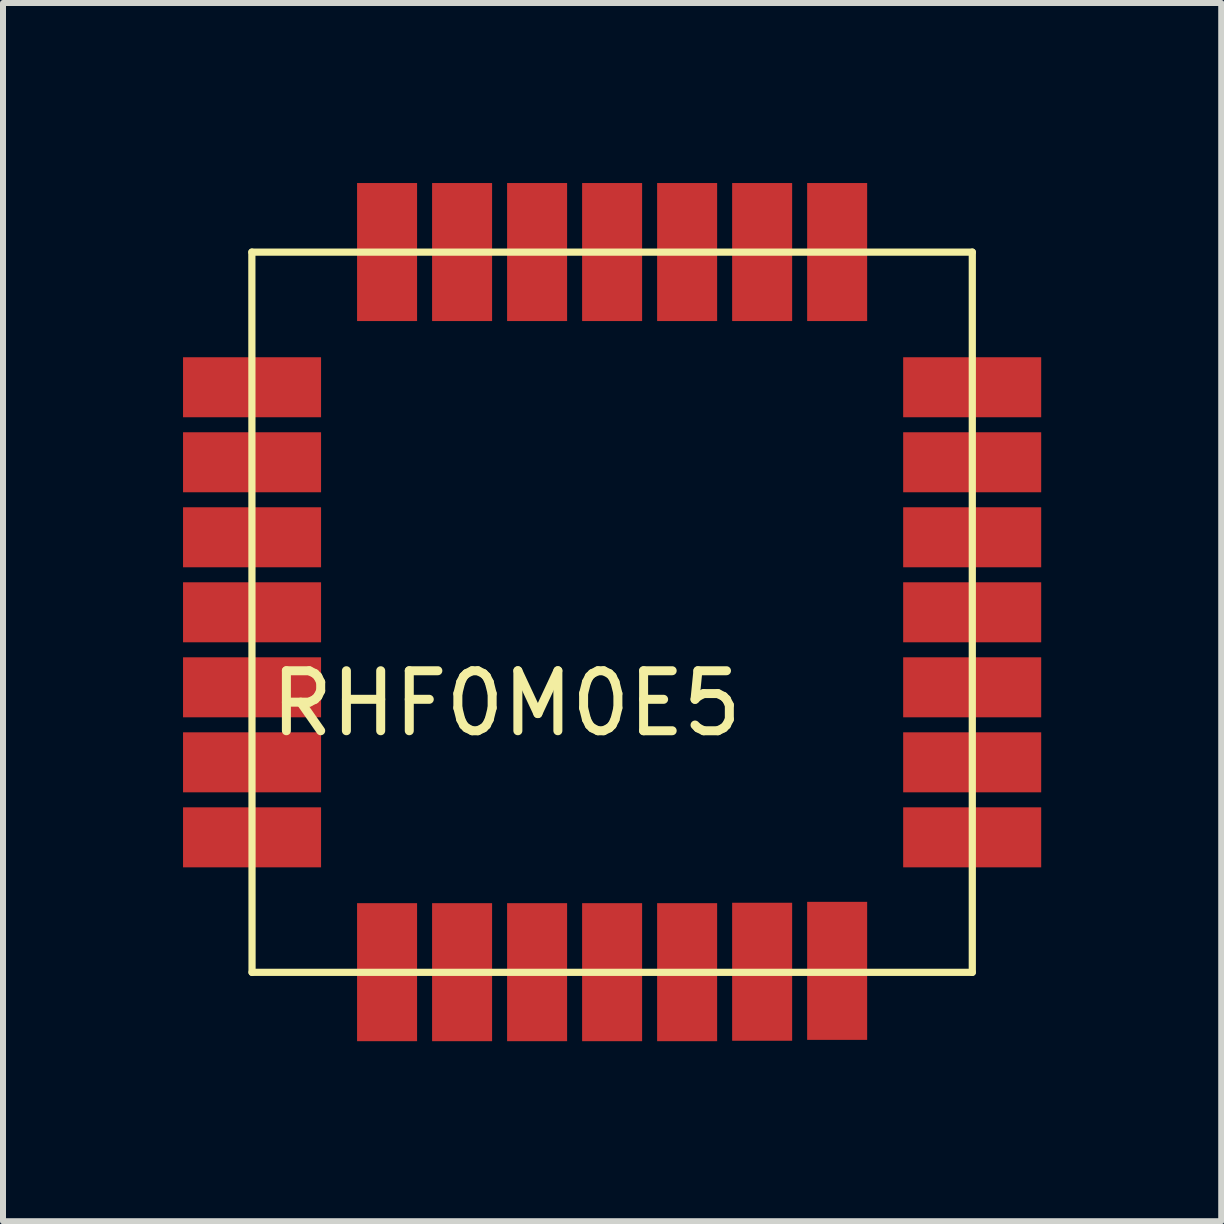
<source format=kicad_pcb>
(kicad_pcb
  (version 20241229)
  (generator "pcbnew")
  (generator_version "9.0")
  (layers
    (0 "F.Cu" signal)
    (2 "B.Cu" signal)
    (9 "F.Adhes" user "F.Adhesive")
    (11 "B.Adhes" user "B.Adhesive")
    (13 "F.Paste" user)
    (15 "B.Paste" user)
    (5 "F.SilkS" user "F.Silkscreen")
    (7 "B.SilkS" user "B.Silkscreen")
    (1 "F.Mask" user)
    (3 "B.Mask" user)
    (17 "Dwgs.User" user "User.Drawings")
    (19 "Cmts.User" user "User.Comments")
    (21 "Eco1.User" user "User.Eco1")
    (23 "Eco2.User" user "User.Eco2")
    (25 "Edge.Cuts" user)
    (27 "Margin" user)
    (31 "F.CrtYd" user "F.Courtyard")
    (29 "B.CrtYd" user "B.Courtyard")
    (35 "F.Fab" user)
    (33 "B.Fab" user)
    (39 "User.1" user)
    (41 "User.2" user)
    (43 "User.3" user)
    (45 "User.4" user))
  (footprint "RHF0M0E5"
    (layer "F.Cu")
    (at 1.15 13.153)
    (property "Reference" "RHF0M0E5" (at 4.239 -4.481 0) (layer "F.SilkS") (effects (font (size 1 1) (thickness 0.15))))
    (attr smd)
    (fp_line (start -0.003 -12.002) (end 12.002 -12.002) (stroke (width 0.12) (type solid)) (layer "F.SilkS"))
    (fp_line (start 0 0) (end -0.003 -12.002) (stroke (width 0.12) (type solid)) (layer "F.SilkS"))
    (fp_line (start 0 0) (end 12.002 0) (stroke (width 0.12) (type solid)) (layer "F.SilkS"))
    (fp_line (start 12.002 0) (end 12.002 -12.002) (stroke (width 0.12) (type solid)) (layer "F.SilkS"))
    (pad "1" smd rect (at 0 -9.75 90) (size 1 2.3) (layers "F.Cu" "F.Mask" "F.Paste"))
    (pad "2" smd rect (at 0 -8.5 90) (size 1 2.3) (layers "F.Cu" "F.Mask" "F.Paste"))
    (pad "3" smd rect (at 0 -7.25 90) (size 1 2.3) (layers "F.Cu" "F.Mask" "F.Paste"))
    (pad "4" smd rect (at 0 -6 90) (size 1 2.3) (layers "F.Cu" "F.Mask" "F.Paste"))
    (pad "5" smd rect (at 0 -4.75 90) (size 1 2.3) (layers "F.Cu" "F.Mask" "F.Paste"))
    (pad "6" smd rect (at 0 -3.5 90) (size 1 2.3) (layers "F.Cu" "F.Mask" "F.Paste"))
    (pad "7" smd rect (at 0 -2.25 90) (size 1 2.3) (layers "F.Cu" "F.Mask" "F.Paste"))
    (pad "8" smd rect (at 2.25 -0.003) (size 1 2.3) (layers "F.Cu" "F.Mask" "F.Paste"))
    (pad "9" smd rect (at 3.5 -0.003) (size 1 2.3) (layers "F.Cu" "F.Mask" "F.Paste"))
    (pad "10" smd rect (at 4.75 -0.003) (size 1 2.3) (layers "F.Cu" "F.Mask" "F.Paste"))
    (pad "11" smd rect (at 6 -0.003) (size 1 2.3) (layers "F.Cu" "F.Mask" "F.Paste"))
    (pad "12" smd rect (at 7.25 -0.003) (size 1 2.3) (layers "F.Cu" "F.Mask" "F.Paste"))
    (pad "13" smd rect (at 8.5 -0.01) (size 1 2.3) (layers "F.Cu" "F.Mask" "F.Paste"))
    (pad "14" smd rect (at 9.75 -0.025) (size 1 2.3) (layers "F.Cu" "F.Mask" "F.Paste"))
    (pad "15" smd rect (at 12 -2.25 90) (size 1 2.3) (layers "F.Cu" "F.Mask" "F.Paste"))
    (pad "16" smd rect (at 12 -3.5 90) (size 1 2.3) (layers "F.Cu" "F.Mask" "F.Paste"))
    (pad "17" smd rect (at 12 -4.75 90) (size 1 2.3) (layers "F.Cu" "F.Mask" "F.Paste"))
    (pad "18" smd rect (at 12 -6 90) (size 1 2.3) (layers "F.Cu" "F.Mask" "F.Paste"))
    (pad "19" smd rect (at 12 -7.25 90) (size 1 2.3) (layers "F.Cu" "F.Mask" "F.Paste"))
    (pad "20" smd rect (at 12 -8.5 90) (size 1 2.3) (layers "F.Cu" "F.Mask" "F.Paste"))
    (pad "21" smd rect (at 12 -9.75 90) (size 1 2.3) (layers "F.Cu" "F.Mask" "F.Paste"))
    (pad "22" smd rect (at 9.75 -12.003) (size 1 2.3) (layers "F.Cu" "F.Mask" "F.Paste"))
    (pad "23" smd rect (at 8.5 -12.003) (size 1 2.3) (layers "F.Cu" "F.Mask" "F.Paste"))
    (pad "24" smd rect (at 7.25 -12.003) (size 1 2.3) (layers "F.Cu" "F.Mask" "F.Paste"))
    (pad "25" smd rect (at 6 -12.003) (size 1 2.3) (layers "F.Cu" "F.Mask" "F.Paste"))
    (pad "26" smd rect (at 4.75 -12.003) (size 1 2.3) (layers "F.Cu" "F.Mask" "F.Paste"))
    (pad "27" smd rect (at 3.5 -12.003) (size 1 2.3) (layers "F.Cu" "F.Mask" "F.Paste"))
    (pad "28" smd rect (at 2.25 -12.003) (size 1 2.3) (layers "F.Cu" "F.Mask" "F.Paste")))
  (gr_rect
    (start -3 -3)
    (end 17.3 17.3)
    (stroke (width 0.1) (type default))
    (fill no)
    (layer "Edge.Cuts")))
</source>
